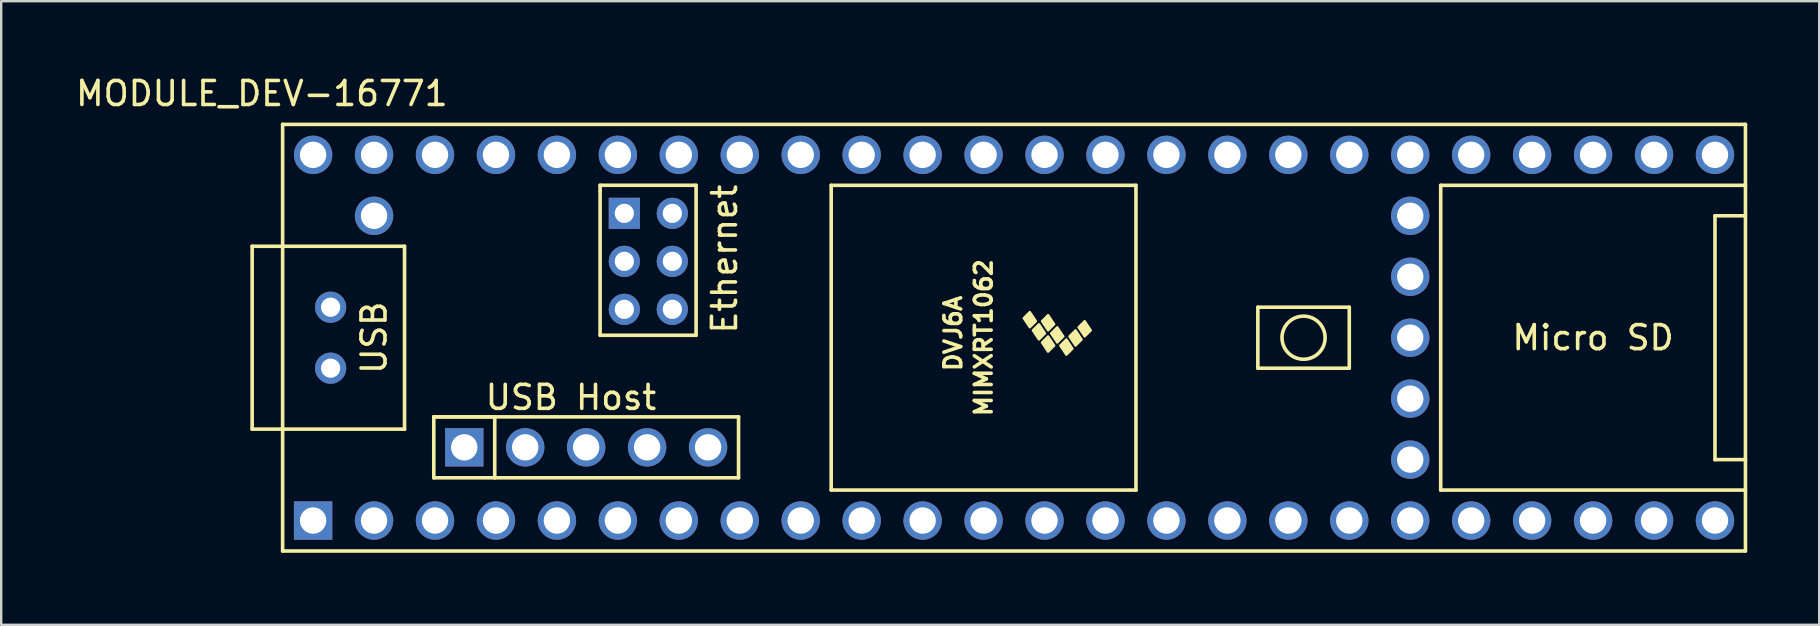
<source format=kicad_pcb>
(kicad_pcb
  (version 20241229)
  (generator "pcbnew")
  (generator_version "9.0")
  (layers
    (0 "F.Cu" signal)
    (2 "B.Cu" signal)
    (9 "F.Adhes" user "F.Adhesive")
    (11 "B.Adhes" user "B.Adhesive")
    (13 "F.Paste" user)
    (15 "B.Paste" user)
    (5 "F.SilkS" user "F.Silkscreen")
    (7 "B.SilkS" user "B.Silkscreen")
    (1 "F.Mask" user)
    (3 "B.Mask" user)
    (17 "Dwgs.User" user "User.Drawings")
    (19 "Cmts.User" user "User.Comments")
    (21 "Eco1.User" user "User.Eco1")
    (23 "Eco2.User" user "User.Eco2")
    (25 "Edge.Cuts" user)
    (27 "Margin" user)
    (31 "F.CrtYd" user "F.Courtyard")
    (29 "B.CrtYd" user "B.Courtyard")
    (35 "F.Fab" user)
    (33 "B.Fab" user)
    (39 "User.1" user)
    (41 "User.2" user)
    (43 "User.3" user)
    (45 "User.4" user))
  (footprint "MODULE_DEV-16771"
    (layer "F.Cu")
    (at 35.168 11.143)
    (property "Reference" "MODULE_DEV-16771" (at -27.305 -10.295 0) (layer "F.SilkS") (effects (font (size 1 1) (thickness 0.15))))
    (attr through_hole)
    (fp_line (start -27.71 -3.93) (end -26.44 -3.93) (stroke (width 0.15) (type solid)) (layer "F.SilkS"))
    (fp_line (start -27.71 3.69) (end -27.71 -3.93) (stroke (width 0.15) (type solid)) (layer "F.SilkS"))
    (fp_line (start -26.44 -9.01) (end 34.52 -9.01) (stroke (width 0.15) (type solid)) (layer "F.SilkS"))
    (fp_line (start -26.44 3.69) (end -27.71 3.69) (stroke (width 0.15) (type solid)) (layer "F.SilkS"))
    (fp_line (start -26.44 8.77) (end -26.44 -9.01) (stroke (width 0.15) (type solid)) (layer "F.SilkS"))
    (fp_line (start -21.36 -3.93) (end -26.44 -3.93) (stroke (width 0.15) (type solid)) (layer "F.SilkS"))
    (fp_line (start -21.36 3.69) (end -26.44 3.69) (stroke (width 0.15) (type solid)) (layer "F.SilkS"))
    (fp_line (start -21.36 3.69) (end -21.36 -3.93) (stroke (width 0.15) (type solid)) (layer "F.SilkS"))
    (fp_line (start -20.141 3.179) (end -17.601 3.179) (stroke (width 0.15) (type solid)) (layer "F.SilkS"))
    (fp_line (start -20.141 3.179) (end -7.441 3.179) (stroke (width 0.15) (type solid)) (layer "F.SilkS"))
    (fp_line (start -20.141 5.719) (end -20.141 3.179) (stroke (width 0.15) (type solid)) (layer "F.SilkS"))
    (fp_line (start -17.601 3.179) (end -17.601 5.719) (stroke (width 0.15) (type solid)) (layer "F.SilkS"))
    (fp_line (start -13.21 -6.472) (end -13.21 -6.222) (stroke (width 0.15) (type solid)) (layer "F.SilkS"))
    (fp_line (start -13.21 -6.222) (end -13.21 -0.222) (stroke (width 0.15) (type solid)) (layer "F.SilkS"))
    (fp_line (start -13.21 -0.222) (end -9.21 -0.222) (stroke (width 0.15) (type solid)) (layer "F.SilkS"))
    (fp_line (start -9.21 -6.472) (end -13.21 -6.472) (stroke (width 0.15) (type solid)) (layer "F.SilkS"))
    (fp_line (start -9.21 -0.222) (end -9.21 -6.472) (stroke (width 0.15) (type solid)) (layer "F.SilkS"))
    (fp_line (start -7.441 3.179) (end -7.441 5.719) (stroke (width 0.15) (type solid)) (layer "F.SilkS"))
    (fp_line (start -7.441 5.719) (end -20.141 5.719) (stroke (width 0.15) (type solid)) (layer "F.SilkS"))
    (fp_line (start -3.58 -6.47) (end -3.58 6.23) (stroke (width 0.15) (type solid)) (layer "F.SilkS"))
    (fp_line (start -3.58 6.23) (end 9.12 6.23) (stroke (width 0.15) (type solid)) (layer "F.SilkS"))
    (fp_line (start 9.12 -6.47) (end -3.58 -6.47) (stroke (width 0.15) (type solid)) (layer "F.SilkS"))
    (fp_line (start 9.12 6.23) (end 9.12 -6.47) (stroke (width 0.15) (type solid)) (layer "F.SilkS"))
    (fp_line (start 14.2 -1.39) (end 18.01 -1.39) (stroke (width 0.15) (type solid)) (layer "F.SilkS"))
    (fp_line (start 14.2 1.15) (end 14.2 -1.39) (stroke (width 0.15) (type solid)) (layer "F.SilkS"))
    (fp_line (start 18.01 -1.39) (end 18.01 1.15) (stroke (width 0.15) (type solid)) (layer "F.SilkS"))
    (fp_line (start 18.01 1.15) (end 14.2 1.15) (stroke (width 0.15) (type solid)) (layer "F.SilkS"))
    (fp_line (start 21.82 -6.47) (end 21.82 6.23) (stroke (width 0.15) (type solid)) (layer "F.SilkS"))
    (fp_line (start 21.82 6.23) (end 34.52 6.23) (stroke (width 0.15) (type solid)) (layer "F.SilkS"))
    (fp_line (start 33.25 -5.2) (end 33.25 4.96) (stroke (width 0.15) (type solid)) (layer "F.SilkS"))
    (fp_line (start 33.25 4.96) (end 34.52 4.96) (stroke (width 0.15) (type solid)) (layer "F.SilkS"))
    (fp_line (start 34.52 -9.01) (end 34.52 8.77) (stroke (width 0.15) (type solid)) (layer "F.SilkS"))
    (fp_line (start 34.52 -6.47) (end 21.82 -6.47) (stroke (width 0.15) (type solid)) (layer "F.SilkS"))
    (fp_line (start 34.52 -5.2) (end 33.25 -5.2) (stroke (width 0.15) (type solid)) (layer "F.SilkS"))
    (fp_line (start 34.52 8.77) (end -26.44 8.77) (stroke (width 0.15) (type solid)) (layer "F.SilkS"))
    (fp_circle (center 16.105 -0.12) (end 16.74 -0.755) (stroke (width 0.15) (type solid)) (fill no) (layer "F.SilkS"))
    (fp_poly (pts (xy 4.951 -0.808) (xy 4.697 -0.554) (xy 4.443 -0.935) (xy 4.697 -1.189)) (stroke (width 0.1) (type solid)) (fill yes) (layer "F.SilkS"))
    (fp_poly (pts (xy 5.332 -0.3) (xy 5.078 -0.046) (xy 4.824 -0.427) (xy 5.078 -0.681)) (stroke (width 0.1) (type solid)) (fill yes) (layer "F.SilkS"))
    (fp_poly (pts (xy 5.713 -0.681) (xy 5.459 -0.427) (xy 5.205 -0.808) (xy 5.459 -1.062)) (stroke (width 0.1) (type solid)) (fill yes) (layer "F.SilkS"))
    (fp_poly (pts (xy 5.713 0.208) (xy 5.459 0.462) (xy 5.205 0.081) (xy 5.459 -0.173)) (stroke (width 0.1) (type solid)) (fill yes) (layer "F.SilkS"))
    (fp_poly (pts (xy 6.094 -0.173) (xy 5.84 0.081) (xy 5.586 -0.3) (xy 5.84 -0.554)) (stroke (width 0.1) (type solid)) (fill yes) (layer "F.SilkS"))
    (fp_poly (pts (xy 6.475 0.335) (xy 6.221 0.589) (xy 5.967 0.208) (xy 6.221 -0.046)) (stroke (width 0.1) (type solid)) (fill yes) (layer "F.SilkS"))
    (fp_poly (pts (xy 6.856 -0.046) (xy 6.602 0.208) (xy 6.348 -0.173) (xy 6.602 -0.427)) (stroke (width 0.1) (type solid)) (fill yes) (layer "F.SilkS"))
    (fp_poly (pts (xy 7.237 -0.427) (xy 6.983 -0.173) (xy 6.729 -0.554) (xy 6.983 -0.808)) (stroke (width 0.1) (type solid)) (fill yes) (layer "F.SilkS"))
    (fp_text user "USB Host" (at -14.426 2.369 0) (layer "F.SilkS") (effects (font (size 1 1) (thickness 0.15))))
    (fp_text user "DVJ6A" (at 1.5 -0.3 270) (layer "F.SilkS") (effects (font (size 0.7 0.7) (thickness 0.15))))
    (fp_text user "MIMXRT1062" (at 2.77 -0.12 270) (layer "F.SilkS") (effects (font (size 0.7 0.7) (thickness 0.15))))
    (fp_text user "Micro SD" (at 28.17 -0.12 0) (layer "F.SilkS") (effects (font (size 1 1) (thickness 0.15))))
    (fp_text user "Ethernet" (at -8.025 -3.397 90) (layer "F.SilkS") (effects (font (size 1 1) (thickness 0.15))))
    (fp_text user "USB" (at -22.63 -0.12 270) (layer "F.SilkS") (effects (font (size 1 1) (thickness 0.15))))
    (pad "1" thru_hole rect (at -25.17 7.5) (size 1.6 1.6) (drill 1.1) (layers "*.Cu" "*.Mask"))
    (pad "2" thru_hole circle (at -22.63 7.5) (size 1.6 1.6) (drill 1.1) (layers "*.Cu" "*.Mask"))
    (pad "3" thru_hole circle (at -20.09 7.5) (size 1.6 1.6) (drill 1.1) (layers "*.Cu" "*.Mask"))
    (pad "4" thru_hole circle (at -17.55 7.5) (size 1.6 1.6) (drill 1.1) (layers "*.Cu" "*.Mask"))
    (pad "5" thru_hole circle (at -15.01 7.5) (size 1.6 1.6) (drill 1.1) (layers "*.Cu" "*.Mask"))
    (pad "6" thru_hole circle (at -12.47 7.5) (size 1.6 1.6) (drill 1.1) (layers "*.Cu" "*.Mask"))
    (pad "7" thru_hole circle (at -9.93 7.5) (size 1.6 1.6) (drill 1.1) (layers "*.Cu" "*.Mask"))
    (pad "8" thru_hole circle (at -7.39 7.5) (size 1.6 1.6) (drill 1.1) (layers "*.Cu" "*.Mask"))
    (pad "9" thru_hole circle (at -4.85 7.5) (size 1.6 1.6) (drill 1.1) (layers "*.Cu" "*.Mask"))
    (pad "10" thru_hole circle (at -2.31 7.5) (size 1.6 1.6) (drill 1.1) (layers "*.Cu" "*.Mask"))
    (pad "11" thru_hole circle (at 0.23 7.5) (size 1.6 1.6) (drill 1.1) (layers "*.Cu" "*.Mask"))
    (pad "12" thru_hole circle (at 2.77 7.5) (size 1.6 1.6) (drill 1.1) (layers "*.Cu" "*.Mask"))
    (pad "13" thru_hole circle (at 5.31 7.5) (size 1.6 1.6) (drill 1.1) (layers "*.Cu" "*.Mask"))
    (pad "14" thru_hole circle (at 7.85 7.5) (size 1.6 1.6) (drill 1.1) (layers "*.Cu" "*.Mask"))
    (pad "15" thru_hole circle (at 10.39 7.5) (size 1.6 1.6) (drill 1.1) (layers "*.Cu" "*.Mask"))
    (pad "16" thru_hole circle (at 12.93 7.5) (size 1.6 1.6) (drill 1.1) (layers "*.Cu" "*.Mask"))
    (pad "17" thru_hole circle (at 15.47 7.5) (size 1.6 1.6) (drill 1.1) (layers "*.Cu" "*.Mask"))
    (pad "18" thru_hole circle (at 18.01 7.5) (size 1.6 1.6) (drill 1.1) (layers "*.Cu" "*.Mask"))
    (pad "19" thru_hole circle (at 20.55 7.5) (size 1.6 1.6) (drill 1.1) (layers "*.Cu" "*.Mask"))
    (pad "20" thru_hole circle (at 23.09 7.5) (size 1.6 1.6) (drill 1.1) (layers "*.Cu" "*.Mask"))
    (pad "21" thru_hole circle (at 25.63 7.5) (size 1.6 1.6) (drill 1.1) (layers "*.Cu" "*.Mask"))
    (pad "22" thru_hole circle (at 28.17 7.5) (size 1.6 1.6) (drill 1.1) (layers "*.Cu" "*.Mask"))
    (pad "23" thru_hole circle (at 30.71 7.5) (size 1.6 1.6) (drill 1.1) (layers "*.Cu" "*.Mask"))
    (pad "24" thru_hole circle (at 33.25 7.5) (size 1.6 1.6) (drill 1.1) (layers "*.Cu" "*.Mask"))
    (pad "25" thru_hole circle (at 33.25 -7.74) (size 1.6 1.6) (drill 1.1) (layers "*.Cu" "*.Mask"))
    (pad "26" thru_hole circle (at 30.71 -7.74) (size 1.6 1.6) (drill 1.1) (layers "*.Cu" "*.Mask"))
    (pad "27" thru_hole circle (at 28.17 -7.74) (size 1.6 1.6) (drill 1.1) (layers "*.Cu" "*.Mask"))
    (pad "28" thru_hole circle (at 25.63 -7.74) (size 1.6 1.6) (drill 1.1) (layers "*.Cu" "*.Mask"))
    (pad "29" thru_hole circle (at 23.09 -7.74) (size 1.6 1.6) (drill 1.1) (layers "*.Cu" "*.Mask"))
    (pad "30" thru_hole circle (at 20.55 -7.74) (size 1.6 1.6) (drill 1.1) (layers "*.Cu" "*.Mask"))
    (pad "31" thru_hole circle (at 18.01 -7.74) (size 1.6 1.6) (drill 1.1) (layers "*.Cu" "*.Mask"))
    (pad "32" thru_hole circle (at 15.47 -7.74) (size 1.6 1.6) (drill 1.1) (layers "*.Cu" "*.Mask"))
    (pad "33" thru_hole circle (at 12.93 -7.74) (size 1.6 1.6) (drill 1.1) (layers "*.Cu" "*.Mask"))
    (pad "34" thru_hole circle (at 10.39 -7.74) (size 1.6 1.6) (drill 1.1) (layers "*.Cu" "*.Mask"))
    (pad "35" thru_hole circle (at 7.85 -7.74) (size 1.6 1.6) (drill 1.1) (layers "*.Cu" "*.Mask"))
    (pad "36" thru_hole circle (at 5.31 -7.74) (size 1.6 1.6) (drill 1.1) (layers "*.Cu" "*.Mask"))
    (pad "37" thru_hole circle (at 2.77 -7.74) (size 1.6 1.6) (drill 1.1) (layers "*.Cu" "*.Mask"))
    (pad "38" thru_hole circle (at 0.23 -7.74) (size 1.6 1.6) (drill 1.1) (layers "*.Cu" "*.Mask"))
    (pad "39" thru_hole circle (at -2.31 -7.74) (size 1.6 1.6) (drill 1.1) (layers "*.Cu" "*.Mask"))
    (pad "40" thru_hole circle (at -4.85 -7.74) (size 1.6 1.6) (drill 1.1) (layers "*.Cu" "*.Mask"))
    (pad "41" thru_hole circle (at -7.39 -7.74) (size 1.6 1.6) (drill 1.1) (layers "*.Cu" "*.Mask"))
    (pad "42" thru_hole circle (at -9.93 -7.74) (size 1.6 1.6) (drill 1.1) (layers "*.Cu" "*.Mask"))
    (pad "43" thru_hole circle (at -12.47 -7.74) (size 1.6 1.6) (drill 1.1) (layers "*.Cu" "*.Mask"))
    (pad "44" thru_hole circle (at -15.01 -7.74) (size 1.6 1.6) (drill 1.1) (layers "*.Cu" "*.Mask"))
    (pad "45" thru_hole circle (at -17.55 -7.74) (size 1.6 1.6) (drill 1.1) (layers "*.Cu" "*.Mask"))
    (pad "46" thru_hole circle (at -20.09 -7.74) (size 1.6 1.6) (drill 1.1) (layers "*.Cu" "*.Mask"))
    (pad "47" thru_hole circle (at -22.63 -7.74) (size 1.6 1.6) (drill 1.1) (layers "*.Cu" "*.Mask"))
    (pad "48" thru_hole circle (at -25.17 -7.74) (size 1.6 1.6) (drill 1.1) (layers "*.Cu" "*.Mask"))
    (pad "49" thru_hole circle (at -22.63 -5.2) (size 1.6 1.6) (drill 1.1) (layers "*.Cu" "*.Mask"))
    (pad "50" thru_hole circle (at 20.55 4.96) (size 1.6 1.6) (drill 1.1) (layers "*.Cu" "*.Mask"))
    (pad "51" thru_hole circle (at 20.55 2.42) (size 1.6 1.6) (drill 1.1) (layers "*.Cu" "*.Mask"))
    (pad "52" thru_hole circle (at 20.55 -0.12) (size 1.6 1.6) (drill 1.1) (layers "*.Cu" "*.Mask"))
    (pad "53" thru_hole circle (at 20.55 -2.66) (size 1.6 1.6) (drill 1.1) (layers "*.Cu" "*.Mask"))
    (pad "54" thru_hole circle (at 20.55 -5.2) (size 1.6 1.6) (drill 1.1) (layers "*.Cu" "*.Mask"))
    (pad "55" thru_hole rect (at -18.871 4.449) (size 1.6 1.6) (drill 1.1) (layers "*.Cu" "*.Mask"))
    (pad "56" thru_hole circle (at -16.331 4.449) (size 1.6 1.6) (drill 1.1) (layers "*.Cu" "*.Mask"))
    (pad "57" thru_hole circle (at -13.791 4.449) (size 1.6 1.6) (drill 1.1) (layers "*.Cu" "*.Mask"))
    (pad "58" thru_hole circle (at -11.251 4.449) (size 1.6 1.6) (drill 1.1) (layers "*.Cu" "*.Mask"))
    (pad "59" thru_hole circle (at -8.711 4.449) (size 1.6 1.6) (drill 1.1) (layers "*.Cu" "*.Mask"))
    (pad "60" thru_hole rect (at -12.2 -5.302) (size 1.3 1.3) (drill 0.8) (layers "*.Cu" "*.Mask"))
    (pad "61" thru_hole circle (at -12.2 -3.302) (size 1.3 1.3) (drill 0.8) (layers "*.Cu" "*.Mask"))
    (pad "62" thru_hole circle (at -12.2 -1.302) (size 1.3 1.3) (drill 0.8) (layers "*.Cu" "*.Mask"))
    (pad "63" thru_hole circle (at -10.2 -1.302) (size 1.3 1.3) (drill 0.8) (layers "*.Cu" "*.Mask"))
    (pad "64" thru_hole circle (at -10.2 -3.302) (size 1.3 1.3) (drill 0.8) (layers "*.Cu" "*.Mask"))
    (pad "65" thru_hole circle (at -10.2 -5.302) (size 1.3 1.3) (drill 0.8) (layers "*.Cu" "*.Mask"))
    (pad "66" thru_hole circle (at -24.44 1.15) (size 1.3 1.3) (drill 0.8) (layers "*.Cu" "*.Mask"))
    (pad "67" thru_hole circle (at -24.44 -1.39) (size 1.3 1.3) (drill 0.8) (layers "*.Cu" "*.Mask")))
  (gr_rect
    (start -3 -3)
    (end 72.763 22.988)
    (stroke (width 0.1) (type default))
    (fill no)
    (layer "Edge.Cuts")))
</source>
